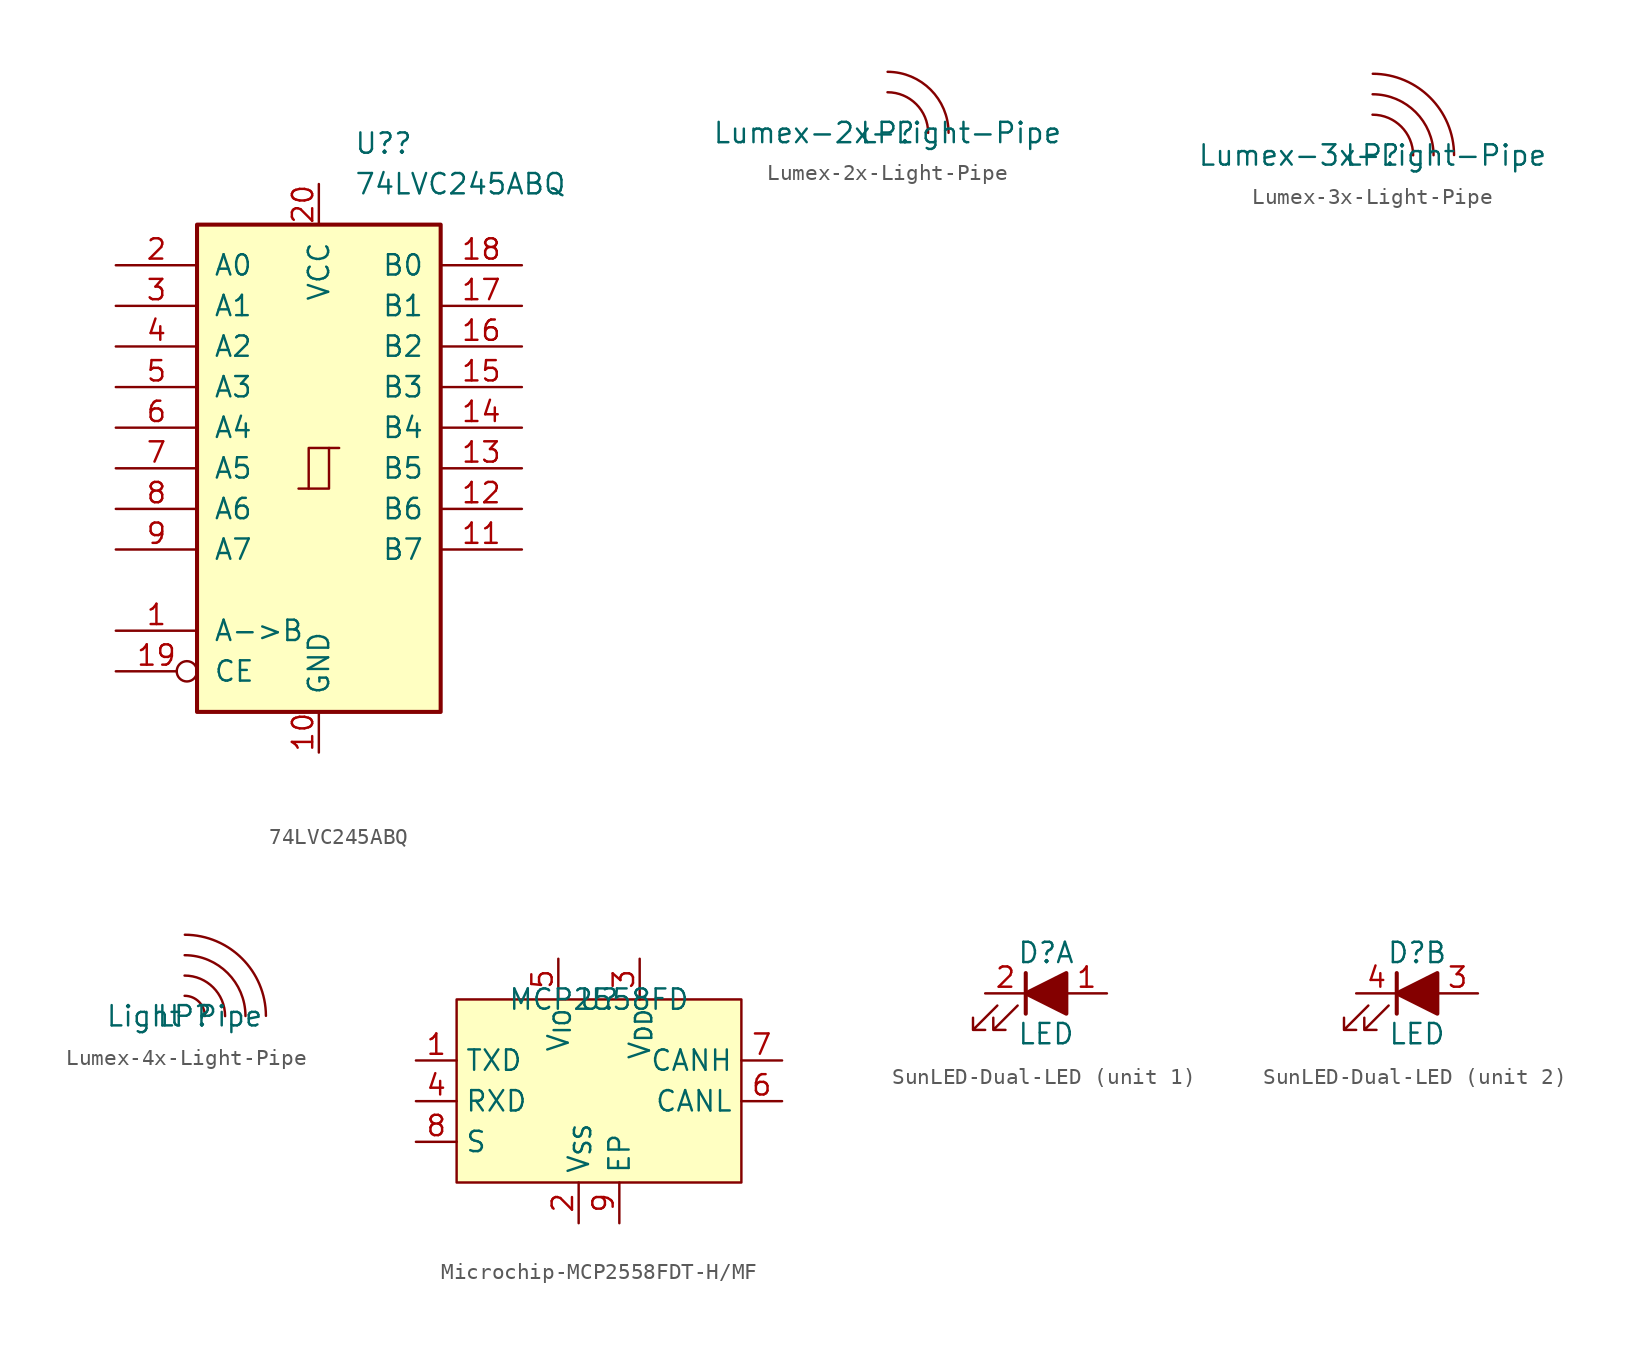
<source format=kicad_sym>
(kicad_symbol_lib
  (version 20231120)
  (generator "kicad_symbol_editor")
  (generator_version "8.0")
  (symbol "74LVC245ABQ"
    (pin_names
      (offset 1.016))
    (property "Reference" "U?"
      (at 2.194 20.32 0)
      (effects (font (size 1.27 1.27)) (justify left)))
    (property "Value" "74LVC245ABQ"
      (at 2.194 17.78 0)
      (effects (font (size 1.27 1.27)) (justify left)))
    (symbol "74LVC245ABQ_1_0"
      (polyline (pts (xy -0.635 -1.27) (xy -0.635 1.27) (xy 0.635 1.27)) (stroke (width 0) (type default)) (fill (type none)))
      (polyline (pts (xy -1.27 -1.27) (xy 0.635 -1.27) (xy 0.635 1.27) (xy 1.27 1.27)) (stroke (width 0) (type default)) (fill (type none)))
      (pin input line (at -12.7 -10.16 0) (length 5.08) (name "A->B" (effects (font (size 1.27 1.27)))) (number "1" (effects (font (size 1.27 1.27)))))
      (pin power_in line (at 0 -17.78 90) (length 2.54) (name "GND" (effects (font (size 1.27 1.27)))) (number "10" (effects (font (size 1.27 1.27)))))
      (pin tri_state line (at 12.7 -5.08 180) (length 5.08) (name "B7" (effects (font (size 1.27 1.27)))) (number "11" (effects (font (size 1.27 1.27)))))
      (pin tri_state line (at 12.7 -2.54 180) (length 5.08) (name "B6" (effects (font (size 1.27 1.27)))) (number "12" (effects (font (size 1.27 1.27)))))
      (pin tri_state line (at 12.7 0 180) (length 5.08) (name "B5" (effects (font (size 1.27 1.27)))) (number "13" (effects (font (size 1.27 1.27)))))
      (pin tri_state line (at 12.7 2.54 180) (length 5.08) (name "B4" (effects (font (size 1.27 1.27)))) (number "14" (effects (font (size 1.27 1.27)))))
      (pin tri_state line (at 12.7 5.08 180) (length 5.08) (name "B3" (effects (font (size 1.27 1.27)))) (number "15" (effects (font (size 1.27 1.27)))))
      (pin tri_state line (at 12.7 7.62 180) (length 5.08) (name "B2" (effects (font (size 1.27 1.27)))) (number "16" (effects (font (size 1.27 1.27)))))
      (pin tri_state line (at 12.7 10.16 180) (length 5.08) (name "B1" (effects (font (size 1.27 1.27)))) (number "17" (effects (font (size 1.27 1.27)))))
      (pin tri_state line (at 12.7 12.7 180) (length 5.08) (name "B0" (effects (font (size 1.27 1.27)))) (number "18" (effects (font (size 1.27 1.27)))))
      (pin input inverted (at -12.7 -12.7 0) (length 5.08) (name "CE" (effects (font (size 1.27 1.27)))) (number "19" (effects (font (size 1.27 1.27)))))
      (pin tri_state line (at -12.7 12.7 0) (length 5.08) (name "A0" (effects (font (size 1.27 1.27)))) (number "2" (effects (font (size 1.27 1.27)))))
      (pin power_in line (at 0 17.78 270) (length 2.54) (name "VCC" (effects (font (size 1.27 1.27)))) (number "20" (effects (font (size 1.27 1.27)))))
      (pin tri_state line (at -12.7 10.16 0) (length 5.08) (name "A1" (effects (font (size 1.27 1.27)))) (number "3" (effects (font (size 1.27 1.27)))))
      (pin tri_state line (at -12.7 7.62 0) (length 5.08) (name "A2" (effects (font (size 1.27 1.27)))) (number "4" (effects (font (size 1.27 1.27)))))
      (pin tri_state line (at -12.7 5.08 0) (length 5.08) (name "A3" (effects (font (size 1.27 1.27)))) (number "5" (effects (font (size 1.27 1.27)))))
      (pin tri_state line (at -12.7 2.54 0) (length 5.08) (name "A4" (effects (font (size 1.27 1.27)))) (number "6" (effects (font (size 1.27 1.27)))))
      (pin tri_state line (at -12.7 0 0) (length 5.08) (name "A5" (effects (font (size 1.27 1.27)))) (number "7" (effects (font (size 1.27 1.27)))))
      (pin tri_state line (at -12.7 -2.54 0) (length 5.08) (name "A6" (effects (font (size 1.27 1.27)))) (number "8" (effects (font (size 1.27 1.27)))))
      (pin tri_state line (at -12.7 -5.08 0) (length 5.08) (name "A7" (effects (font (size 1.27 1.27)))) (number "9" (effects (font (size 1.27 1.27))))))
    (symbol "74LVC245ABQ_1_1"
      (rectangle (start -7.62 15.24) (end 7.62 -15.24) (stroke (width 0.254) (type default)) (fill (type background)))))
  (symbol "Lumex-2x-Light-Pipe"
    (pin_numbers hide)
    (pin_names
      (offset 0) hide)
    (property "Reference" "LP"
      (at 0 0 0)
      (effects (font (size 1.27 1.27))))
    (property "Value" "Lumex-2x-Light-Pipe"
      (at 0 0 0)
      (effects (font (size 1.27 1.27))))
    (symbol "Lumex-2x-Light-Pipe_0_1"
      (arc (start 2.54 0) (mid 1.7961 1.7961) (end 0 2.54) (stroke (width 0) (type default)) (fill (type none)))
      (arc (start 3.8168 0.0068) (mid 2.6989 2.6989) (end 0.0068 3.8168) (stroke (width 0) (type default)) (fill (type none)))))
  (symbol "Lumex-3x-Light-Pipe"
    (pin_numbers hide)
    (pin_names
      (offset 0) hide)
    (property "Reference" "LP"
      (at 0 0 0)
      (effects (font (size 1.27 1.27))))
    (property "Value" "Lumex-3x-Light-Pipe"
      (at 0 0 0)
      (effects (font (size 1.27 1.27))))
    (symbol "Lumex-3x-Light-Pipe_0_1"
      (arc (start 2.54 0) (mid 1.7961 1.7961) (end 0 2.54) (stroke (width 0) (type default)) (fill (type none)))
      (arc (start 3.8168 0.0068) (mid 2.6989 2.6989) (end 0.0068 3.8168) (stroke (width 0) (type default)) (fill (type none)))
      (arc (start 5.0981 0.0181) (mid 3.6049 3.6049) (end 0.0181 5.0981) (stroke (width 0) (type default)) (fill (type none)))))
  (symbol "Lumex-4x-Light-Pipe"
    (pin_numbers hide)
    (pin_names
      (offset 0) hide)
    (property "Reference" "LP"
      (at 0 0 0)
      (effects (font (size 1.27 1.27))))
    (property "Value" "Light Pipe"
      (at 0 0 0)
      (effects (font (size 1.27 1.27))))
    (symbol "Lumex-4x-Light-Pipe_0_1"
      (arc (start 1.2738 0.0038) (mid 0.9007 0.9007) (end 0.0038 1.2738) (stroke (width 0) (type default)) (fill (type none)))
      (arc (start 2.54 0) (mid 1.7961 1.7961) (end 0 2.54) (stroke (width 0) (type default)) (fill (type none)))
      (arc (start 3.8168 0.0068) (mid 2.6989 2.6989) (end 0.0068 3.8168) (stroke (width 0) (type default)) (fill (type none)))
      (arc (start 5.0981 0.0181) (mid 3.6049 3.6049) (end 0.0181 5.0981) (stroke (width 0) (type default)) (fill (type none)))))
  (symbol "Microchip-MCP2558FDT-H/MF"
    (property "Reference" "U"
      (at 0 0 0)
      (effects (font (size 1.27 1.27))))
    (property "Value" "MCP2558FD"
      (at 0 0 0)
      (effects (font (size 1.27 1.27))))
    (symbol "Microchip-MCP2558FDT-H/MF_1_1"
      (rectangle (start -8.89 0) (end 8.89 -11.43) (stroke (width 0) (type default)) (fill (type background)))
      (pin input line (at -11.43 -3.81 0) (length 2.54) (name "TXD" (effects (font (size 1.27 1.27)))) (number "1" (effects (font (size 1.27 1.27)))))
      (pin passive line (at -1.27 -13.97 90) (length 2.54) (name "V_{SS}" (effects (font (size 1.27 1.27)))) (number "2" (effects (font (size 1.27 1.27)))))
      (pin passive line (at 2.54 2.54 270) (length 2.54) (name "V_{DD}" (effects (font (size 1.27 1.27)))) (number "3" (effects (font (size 1.27 1.27)))))
      (pin output line (at -11.43 -6.35 0) (length 2.54) (name "RXD" (effects (font (size 1.27 1.27)))) (number "4" (effects (font (size 1.27 1.27)))))
      (pin output line (at -2.54 2.54 270) (length 2.54) (name "V_{IO}" (effects (font (size 1.27 1.27)))) (number "5" (effects (font (size 1.27 1.27)))))
      (pin open_collector line (at 11.43 -6.35 180) (length 2.54) (name "CANL" (effects (font (size 1.27 1.27)))) (number "6" (effects (font (size 1.27 1.27)))))
      (pin open_emitter line (at 11.43 -3.81 180) (length 2.54) (name "CANH" (effects (font (size 1.27 1.27)))) (number "7" (effects (font (size 1.27 1.27)))))
      (pin input line (at -11.43 -8.89 0) (length 2.54) (name "S" (effects (font (size 1.27 1.27)))) (number "8" (effects (font (size 1.27 1.27)))))
      (pin passive line (at 1.27 -13.97 90) (length 2.54) (name "EP" (effects (font (size 1.27 1.27)))) (number "9" (effects (font (size 1.27 1.27)))))))
  (symbol "SunLED-Dual-LED"
    (pin_names
      (offset 1.016) hide)
    (property "Reference" "D"
      (at 0 2.54 0)
      (effects (font (size 1.27 1.27))))
    (property "Value" "LED"
      (at 0 -2.54 0)
      (effects (font (size 1.27 1.27))))
    (property "ki_locked" ""
      (at 0 0 0)
      (effects (font (size 1.27 1.27))))
    (symbol "SunLED-Dual-LED_0_1"
      (polyline (pts (xy -1.27 -1.27) (xy -1.27 1.27)) (stroke (width 0.254) (type default) (color 132 0 0 1)) (fill (type color) (color 255 0 0 1)))
      (polyline (pts (xy 1.27 -1.27) (xy 1.27 1.27) (xy -1.27 0) (xy 1.27 -1.27)) (stroke (width 0.254) (type default) (color 132 0 0 1)) (fill (type outline)))
      (polyline (pts (xy -3.048 -0.762) (xy -4.572 -2.286) (xy -3.81 -2.286) (xy -4.572 -2.286) (xy -4.572 -1.524)) (stroke (width 0) (type default) (color 132 0 0 1)) (fill (type none)))
      (polyline (pts (xy -1.778 -0.762) (xy -3.302 -2.286) (xy -2.54 -2.286) (xy -3.302 -2.286) (xy -3.302 -1.524)) (stroke (width 0) (type default) (color 132 0 0 1)) (fill (type none))))
    (symbol "SunLED-Dual-LED_1_1"
      (pin passive line (at 3.81 0 180) (length 2.54) (name "RedA" (effects (font (size 1.27 1.27)))) (number "1" (effects (font (size 1.27 1.27)))))
      (pin passive line (at -3.81 0 0) (length 2.54) (name "Red-K" (effects (font (size 1.27 1.27)))) (number "2" (effects (font (size 1.27 1.27))))))
    (symbol "SunLED-Dual-LED_2_1"
      (pin passive line (at 3.81 0 180) (length 2.54) (name "Green-A" (effects (font (size 1.27 1.27)))) (number "3" (effects (font (size 1.27 1.27)))))
      (pin passive line (at -3.81 0 0) (length 2.54) (name "Green-K" (effects (font (size 1.27 1.27)))) (number "4" (effects (font (size 1.27 1.27))))))))
</source>
